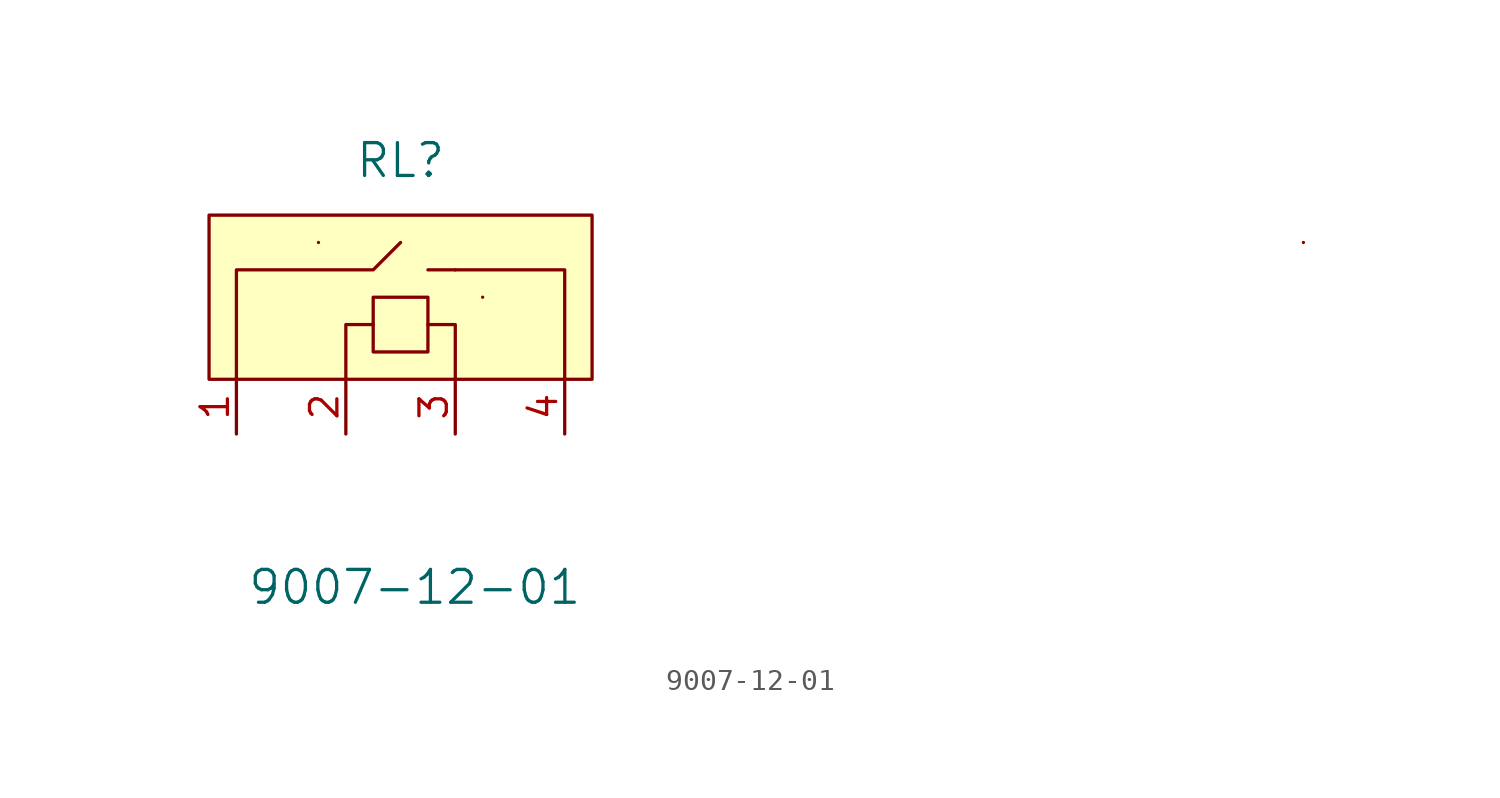
<source format=kicad_sym>
(kicad_symbol_lib
  (version 20231120)
  (generator "kicad_symbol_editor")
  (generator_version "8.0")
  (symbol "9007-12-01"
    (pin_names
      (offset 1.016))
    (property "Reference" "RL"
      (at 0 10.16 0)
      (effects (font (size 1.524 1.524))))
    (property "Value" "9007-12-01"
      (at 0.66 -9.652 0)
      (effects (font (size 1.524 1.524))))
    (symbol "9007-12-01_0_1"
      (rectangle (start -3.81 6.35) (end -3.81 6.35) (stroke (width 0) (type default)) (fill (type none)))
      (polyline (pts (xy 2.54 5.08) (xy 1.27 5.08)) (stroke (width 0) (type default)) (fill (type none)))
      (polyline (pts (xy -1.27 2.54) (xy -2.54 2.54) (xy -2.54 0)) (stroke (width 0) (type default)) (fill (type none)))
      (polyline (pts (xy 1.27 2.54) (xy 2.54 2.54) (xy 2.54 0)) (stroke (width 0) (type default)) (fill (type none)))
      (polyline (pts (xy 2.54 5.08) (xy 7.62 5.08) (xy 7.62 0)) (stroke (width 0) (type default)) (fill (type none)))
      (polyline (pts (xy 0 6.35) (xy -1.27 5.08) (xy -7.62 5.08) (xy -7.62 0)) (stroke (width 0) (type default)) (fill (type none)))
      (rectangle (start 1.27 3.81) (end -1.27 1.27) (stroke (width 0) (type default)) (fill (type none)))
      (rectangle (start 3.81 3.81) (end 3.81 3.81) (stroke (width 0) (type default)) (fill (type none)))
      (rectangle (start 8.89 0) (end -8.89 7.62) (stroke (width 0) (type default)) (fill (type background)))
      (rectangle (start 41.91 6.35) (end 41.91 6.35) (stroke (width 0) (type default)) (fill (type none))))
    (symbol "9007-12-01_1_1"
      (pin passive line (at -7.62 -2.54 90) (length 2.54) (name "~" (effects (font (size 1.27 1.27)))) (number "1" (effects (font (size 1.27 1.27)))))
      (pin passive line (at -2.54 -2.54 90) (length 2.54) (name "~" (effects (font (size 1.27 1.27)))) (number "2" (effects (font (size 1.27 1.27)))))
      (pin passive line (at 2.54 -2.54 90) (length 2.54) (name "~" (effects (font (size 1.27 1.27)))) (number "3" (effects (font (size 1.27 1.27)))))
      (pin passive line (at 7.62 -2.54 90) (length 2.54) (name "~" (effects (font (size 1.27 1.27)))) (number "4" (effects (font (size 1.27 1.27))))))))
</source>
